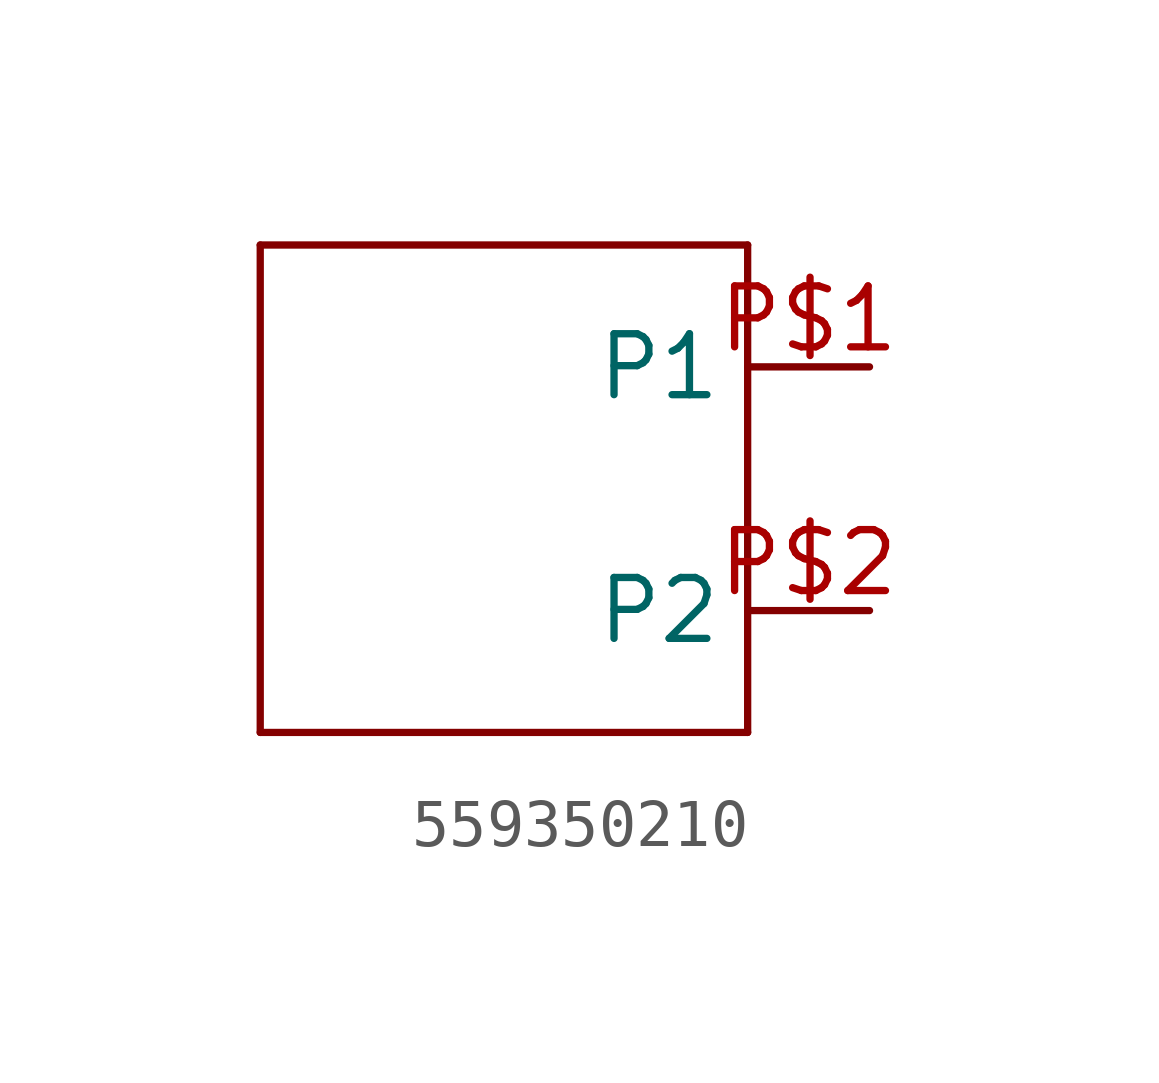
<source format=kicad_sym>
(kicad_symbol_lib
  (version 20220914)
  (generator kicad_symbol_editor)
  (symbol "559350210"
    (property "Reference" ""
      (at -5.08 7.62 0)
      (effects (font (size 1.778 1.511)) (justify left bottom) hide))
    (property "ki_locked" ""
      (at 0 0 0)
      (effects (font (size 1.27 1.27))))
    (symbol "559350210_1_0"
      (polyline (pts (xy -5.08 -5.08) (xy -5.08 5.08)) (stroke (width 0.152) (type solid)) (fill (type none)))
      (polyline (pts (xy -5.08 5.08) (xy 5.08 5.08)) (stroke (width 0.152) (type solid)) (fill (type none)))
      (polyline (pts (xy 5.08 -5.08) (xy -5.08 -5.08)) (stroke (width 0.152) (type solid)) (fill (type none)))
      (polyline (pts (xy 5.08 5.08) (xy 5.08 -5.08)) (stroke (width 0.152) (type solid)) (fill (type none)))
      (pin bidirectional line (at 7.62 2.54 180) (length 2.54) (name "P1" (effects (font (size 1.27 1.27)))) (number "P$1" (effects (font (size 1.27 1.27)))))
      (pin bidirectional line (at 7.62 -2.54 180) (length 2.54) (name "P2" (effects (font (size 1.27 1.27)))) (number "P$2" (effects (font (size 1.27 1.27))))))))
</source>
